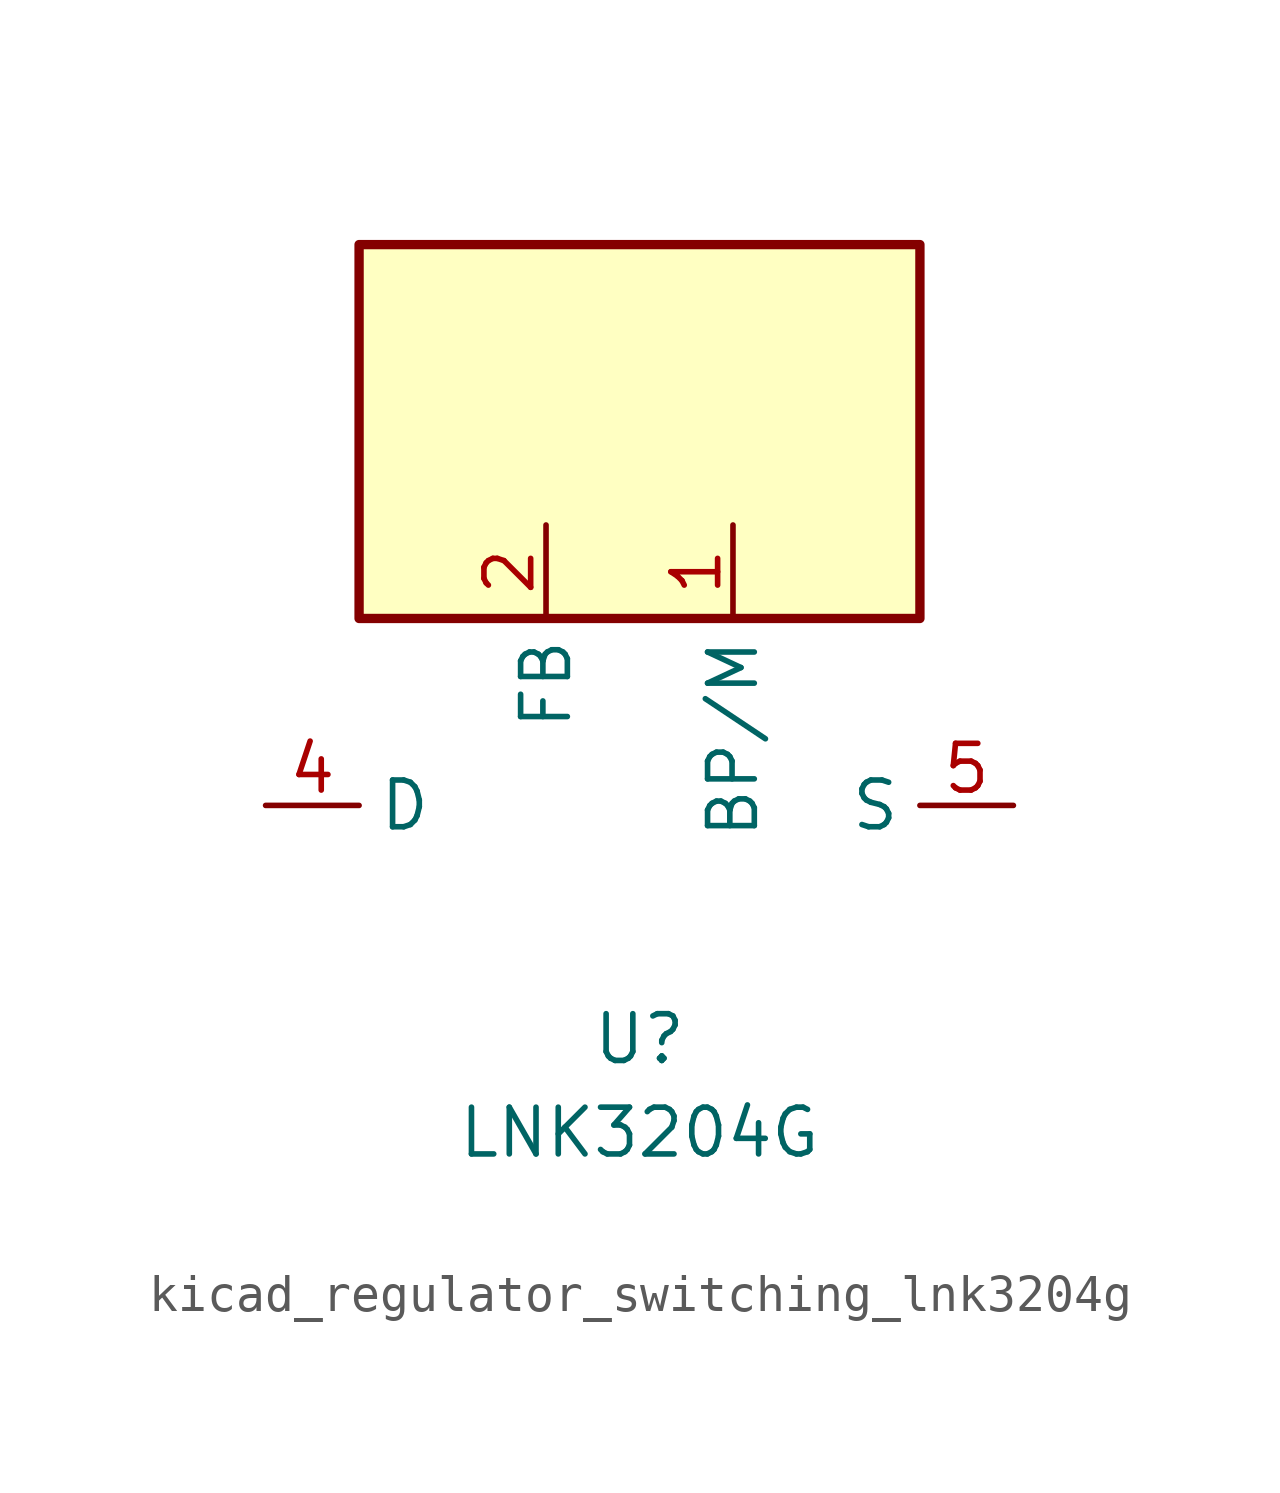
<source format=kicad_sym>
(kicad_symbol_lib
  (version 20220914)
  (generator kicad_symbol_editor)
  (symbol "kicad_regulator_switching_lnk3204g"
    (property "Reference" "U"
      (at 0 -6.35 0)
      (effects (font (size 1.27 1.27))))
    (property "Value" "LNK3204G"
      (at 0 -8.89 0)
      (effects (font (size 1.27 1.27))))
    (symbol "kicad_regulator_switching_lnk3204g_0_1"
      (rectangle (start 7.62 15.24) (end -7.62 5.08) (stroke (width 0.254) (type default)) (fill (type background))))
    (symbol "kicad_regulator_switching_lnk3204g_1_1"
      (pin input line (at 2.54 7.62 270) (length 2.54) (name "BP/M" (effects (font (size 1.27 1.27)))) (number "1" (effects (font (size 1.27 1.27)))))
      (pin input line (at -2.54 7.62 270) (length 2.54) (name "FB" (effects (font (size 1.27 1.27)))) (number "2" (effects (font (size 1.27 1.27)))))
      (pin open_collector line (at -10.16 0 0) (length 2.54) (name "D" (effects (font (size 1.27 1.27)))) (number "4" (effects (font (size 1.27 1.27)))))
      (pin power_in line (at 10.16 0 180) (length 2.54) (name "S" (effects (font (size 1.27 1.27)))) (number "5" (effects (font (size 1.27 1.27)))))
      (pin passive line (at 10.16 0 180) (length 2.54) hide (name "S" (effects (font (size 1.27 1.27)))) (number "6" (effects (font (size 1.27 1.27)))))
      (pin passive line (at 10.16 0 180) (length 2.54) hide (name "S" (effects (font (size 1.27 1.27)))) (number "7" (effects (font (size 1.27 1.27)))))
      (pin passive line (at 10.16 0 180) (length 2.54) hide (name "S" (effects (font (size 1.27 1.27)))) (number "8" (effects (font (size 1.27 1.27))))))))
</source>
